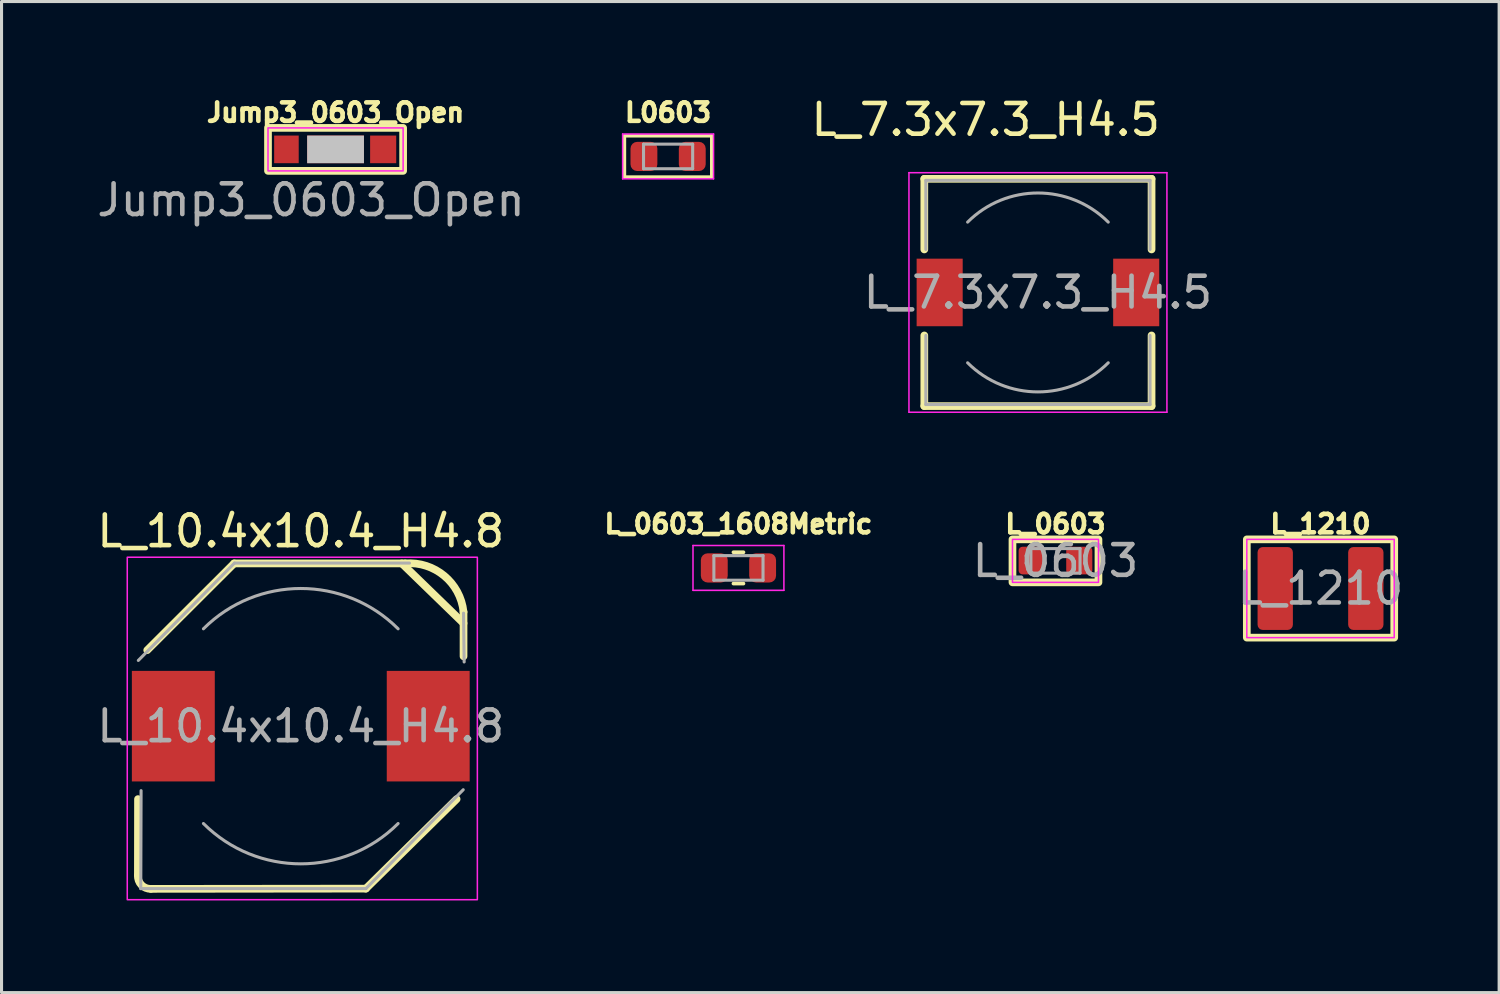
<source format=kicad_pcb>
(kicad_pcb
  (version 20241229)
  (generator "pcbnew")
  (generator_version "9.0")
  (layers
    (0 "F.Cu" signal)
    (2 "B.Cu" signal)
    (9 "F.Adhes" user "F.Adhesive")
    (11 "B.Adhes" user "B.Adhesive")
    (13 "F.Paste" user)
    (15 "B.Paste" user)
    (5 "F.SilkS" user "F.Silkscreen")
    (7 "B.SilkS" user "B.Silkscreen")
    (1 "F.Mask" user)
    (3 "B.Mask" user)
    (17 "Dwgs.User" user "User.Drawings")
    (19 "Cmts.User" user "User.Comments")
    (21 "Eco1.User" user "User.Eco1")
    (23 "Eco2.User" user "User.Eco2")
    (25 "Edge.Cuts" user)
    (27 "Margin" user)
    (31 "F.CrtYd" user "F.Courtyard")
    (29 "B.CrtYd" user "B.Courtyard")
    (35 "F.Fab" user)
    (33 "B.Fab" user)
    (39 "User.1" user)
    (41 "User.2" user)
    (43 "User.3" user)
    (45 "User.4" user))
  (footprint "L_0603"
    (layer "F.Cu")
    (at 31.319 15.213)
    (property "Reference" "L_0603" (at 0 -1.2 0) (unlocked yes) (layer "F.SilkS") (effects (font (size 0.6 0.6) (thickness 0.15) (bold yes))))
    (attr smd)
    (fp_rect (start -1.4 -0.7) (end 1.4 0.7) (stroke (width 0.25) (type default)) (fill no) (layer "F.SilkS"))
    (fp_rect (start -1.4 -0.7) (end 1.4 0.7) (stroke (width 0.05) (type default)) (fill no) (layer "F.CrtYd"))
    (fp_line (start -0.8 -0.4) (end 0.8 -0.4) (stroke (width 0.1) (type solid)) (layer "F.Fab"))
    (fp_line (start -0.8 0.4) (end -0.8 -0.4) (stroke (width 0.1) (type solid)) (layer "F.Fab"))
    (fp_line (start 0.8 -0.4) (end 0.8 0.4) (stroke (width 0.1) (type solid)) (layer "F.Fab"))
    (fp_line (start 0.8 0.4) (end -0.8 0.4) (stroke (width 0.1) (type solid)) (layer "F.Fab"))
    (fp_text user "${REFERENCE}" (at 0 0 0) (unlocked yes) (layer "F.Fab") (effects (font (size 1 1) (thickness 0.15))))
    (pad "1" smd roundrect (at -0.775 -0.01) (size 0.85 0.9) (layers "F.Cu" "F.Mask" "F.Paste") (roundrect_rratio 0.15))
    (pad "2" smd roundrect (at 0.775 -0.01) (size 0.85 0.9) (layers "F.Cu" "F.Mask" "F.Paste") (roundrect_rratio 0.15)))
  (footprint "L0603"
    (layer "F.Cu")
    (at 18.705 2.044)
    (property "Reference" "L0603" (at 0 -1.43 180) (layer "F.SilkS") (effects (font (size 0.6 0.6) (thickness 0.15))))
    (attr smd)
    (fp_rect (start -1.425 -0.675) (end 1.425 0.675) (stroke (width 0.12) (type solid)) (fill no) (layer "F.SilkS"))
    (fp_line (start -1.48 -0.73) (end 1.48 -0.73) (stroke (width 0.05) (type solid)) (layer "F.CrtYd"))
    (fp_line (start -1.48 0.73) (end -1.48 -0.73) (stroke (width 0.05) (type solid)) (layer "F.CrtYd"))
    (fp_line (start 1.48 -0.73) (end 1.48 0.73) (stroke (width 0.05) (type solid)) (layer "F.CrtYd"))
    (fp_line (start 1.48 0.73) (end -1.48 0.73) (stroke (width 0.05) (type solid)) (layer "F.CrtYd"))
    (fp_line (start -0.8 -0.4) (end 0.8 -0.4) (stroke (width 0.1) (type solid)) (layer "F.Fab"))
    (fp_line (start -0.8 0.4) (end -0.8 -0.4) (stroke (width 0.1) (type solid)) (layer "F.Fab"))
    (fp_line (start 0.8 -0.4) (end 0.8 0.4) (stroke (width 0.1) (type solid)) (layer "F.Fab"))
    (fp_line (start 0.8 0.4) (end -0.8 0.4) (stroke (width 0.1) (type solid)) (layer "F.Fab"))
    (pad "1" smd roundrect (at -0.787 0) (size 0.875 0.95) (layers "F.Cu" "F.Mask" "F.Paste") (roundrect_rratio 0.25))
    (pad "2" smd roundrect (at 0.787 0) (size 0.875 0.95) (layers "F.Cu" "F.Mask" "F.Paste") (roundrect_rratio 0.25)))
  (footprint "L_7.3x7.3_H4.5"
    (layer "F.Cu")
    (at 30.748 6.473)
    (property "Reference" "L_7.3x7.3_H4.5" (at -1.7 -5.625 0) (layer "F.SilkS") (effects (font (size 1 1) (thickness 0.15))))
    (attr smd)
    (fp_line (start -3.7 -3.7) (end 3.7 -3.7) (stroke (width 0.25) (type solid)) (layer "F.SilkS"))
    (fp_line (start -3.7 -1.4) (end -3.7 -3.7) (stroke (width 0.25) (type solid)) (layer "F.SilkS"))
    (fp_line (start -3.7 3.7) (end -3.7 1.4) (stroke (width 0.25) (type solid)) (layer "F.SilkS"))
    (fp_line (start 3.7 -3.7) (end 3.7 -1.4) (stroke (width 0.25) (type solid)) (layer "F.SilkS"))
    (fp_line (start 3.7 1.4) (end 3.7 3.7) (stroke (width 0.25) (type solid)) (layer "F.SilkS"))
    (fp_line (start 3.7 3.7) (end -3.7 3.7) (stroke (width 0.25) (type solid)) (layer "F.SilkS"))
    (fp_line (start -4.2 -3.9) (end -4.2 3.9) (stroke (width 0.05) (type solid)) (layer "F.CrtYd"))
    (fp_line (start -4.2 3.9) (end 4.2 3.9) (stroke (width 0.05) (type solid)) (layer "F.CrtYd"))
    (fp_line (start 4.2 -3.9) (end -4.2 -3.9) (stroke (width 0.05) (type solid)) (layer "F.CrtYd"))
    (fp_line (start 4.2 3.9) (end 4.2 -3.9) (stroke (width 0.05) (type solid)) (layer "F.CrtYd"))
    (fp_line (start -3.65 -3.65) (end -3.65 -1.4) (stroke (width 0.1) (type solid)) (layer "F.Fab"))
    (fp_line (start -3.65 -3.65) (end 3.65 -3.65) (stroke (width 0.1) (type solid)) (layer "F.Fab"))
    (fp_line (start -3.65 3.65) (end -3.65 1.4) (stroke (width 0.1) (type solid)) (layer "F.Fab"))
    (fp_line (start 3.65 -3.65) (end 3.65 -1.4) (stroke (width 0.1) (type solid)) (layer "F.Fab"))
    (fp_line (start 3.65 3.65) (end -3.65 3.65) (stroke (width 0.1) (type solid)) (layer "F.Fab"))
    (fp_line (start 3.65 3.65) (end 3.65 1.4) (stroke (width 0.1) (type solid)) (layer "F.Fab"))
    (fp_arc (start -2.29 -2.29) (mid 0 -3.238549) (end 2.29 -2.29) (stroke (width 0.1) (type solid)) (layer "F.Fab"))
    (fp_arc (start 2.29 2.29) (mid 0 3.238549) (end -2.29 2.29) (stroke (width 0.1) (type solid)) (layer "F.Fab"))
    (fp_text user "${REFERENCE}" (at 0 0 0) (layer "F.Fab") (effects (font (size 1 1) (thickness 0.15))))
    (pad "1" smd rect (at -3.2 0) (size 1.5 2.2) (layers "F.Cu" "F.Mask" "F.Paste"))
    (pad "2" smd rect (at 3.2 0) (size 1.5 2.2) (layers "F.Cu" "F.Mask" "F.Paste")))
  (footprint "Jump3_0603_Open"
    (layer "F.Cu")
    (at 7.877 1.814)
    (property "Reference" "Jump3_0603_Open" (at 0 -1.2 0) (unlocked yes) (layer "F.SilkS") (effects (font (size 0.6 0.6) (thickness 0.15) (bold yes))))
    (attr smd)
    (fp_rect (start -2.2 -0.7) (end 2.2 0.7) (stroke (width 0.25) (type default)) (fill no) (layer "F.SilkS"))
    (fp_rect (start -2.2 -0.7) (end 2.2 0.7) (stroke (width 0.05) (type default)) (fill no) (layer "F.CrtYd"))
    (fp_text user "${REFERENCE}" (at -0.8 1.65 0) (unlocked yes) (layer "F.Fab") (effects (font (size 1 1) (thickness 0.15))))
    (pad "1" smd rect (at -1.6 0) (size 0.8 0.9) (layers "F.Cu" "F.Mask" "F.Paste"))
    (pad "2" smd rect (at 0 0) (size 1.85 0.9) (layers "F.Cu" "F.Mask" "F.Paste" "Dwgs.User"))
    (pad "3" smd rect (at 1.55 0) (size 0.85 0.9) (layers "F.Cu" "F.Mask" "F.Paste")))
  (footprint "L_0603_1608Metric"
    (layer "F.Cu")
    (at 20.996 15.443)
    (property "Reference" "L_0603_1608Metric" (at 0 -1.43 180) (layer "F.SilkS") (effects (font (size 0.6 0.6) (thickness 0.15))))
    (attr smd)
    (fp_line (start -0.163 -0.51) (end 0.163 -0.51) (stroke (width 0.12) (type solid)) (layer "F.SilkS"))
    (fp_line (start -0.163 0.51) (end 0.163 0.51) (stroke (width 0.12) (type solid)) (layer "F.SilkS"))
    (fp_line (start -1.48 -0.73) (end 1.48 -0.73) (stroke (width 0.05) (type solid)) (layer "F.CrtYd"))
    (fp_line (start -1.48 0.73) (end -1.48 -0.73) (stroke (width 0.05) (type solid)) (layer "F.CrtYd"))
    (fp_line (start 1.48 -0.73) (end 1.48 0.73) (stroke (width 0.05) (type solid)) (layer "F.CrtYd"))
    (fp_line (start 1.48 0.73) (end -1.48 0.73) (stroke (width 0.05) (type solid)) (layer "F.CrtYd"))
    (fp_line (start -0.8 -0.4) (end 0.8 -0.4) (stroke (width 0.1) (type solid)) (layer "F.Fab"))
    (fp_line (start -0.8 0.4) (end -0.8 -0.4) (stroke (width 0.1) (type solid)) (layer "F.Fab"))
    (fp_line (start 0.8 -0.4) (end 0.8 0.4) (stroke (width 0.1) (type solid)) (layer "F.Fab"))
    (fp_line (start 0.8 0.4) (end -0.8 0.4) (stroke (width 0.1) (type solid)) (layer "F.Fab"))
    (pad "1" smd roundrect (at -0.787 0) (size 0.875 0.95) (layers "F.Cu" "F.Mask" "F.Paste") (roundrect_rratio 0.25))
    (pad "2" smd roundrect (at 0.787 0) (size 0.875 0.95) (layers "F.Cu" "F.Mask" "F.Paste") (roundrect_rratio 0.25)))
  (footprint "L_1210"
    (layer "F.Cu")
    (at 39.95 16.113)
    (property "Reference" "L_1210" (at 0 -2.1 0) (unlocked yes) (layer "F.SilkS") (effects (font (size 0.6 0.6) (thickness 0.15) (bold yes))))
    (attr smd)
    (fp_rect (start -2.4 -1.6) (end 2.4 1.6) (stroke (width 0.25) (type default)) (fill no) (layer "F.SilkS"))
    (fp_rect (start -2.4 -1.6) (end 2.4 1.6) (stroke (width 0.05) (type default)) (fill no) (layer "F.CrtYd"))
    (fp_text user "${REFERENCE}" (at 0 0 0) (unlocked yes) (layer "F.Fab") (effects (font (size 1 1) (thickness 0.15))))
    (pad "1" smd roundrect (at -1.475 0) (size 1.15 2.7) (layers "F.Cu" "F.Mask" "F.Paste") (roundrect_rratio 0.15))
    (pad "2" smd roundrect (at 1.475 0) (size 1.15 2.7) (layers "F.Cu" "F.Mask" "F.Paste") (roundrect_rratio 0.15)))
  (footprint "L_10.4x10.4_H4.8"
    (layer "F.Cu")
    (at 6.744 20.596)
    (property "Reference" "L_10.4x10.4_H4.8" (at 0 -6.35 0) (layer "F.SilkS") (effects (font (size 1 1) (thickness 0.15))))
    (attr smd)
    (fp_line (start -5.304 4.858) (end -5.3 2.375) (stroke (width 0.25) (type solid)) (layer "F.SilkS"))
    (fp_line (start -5 -2.475) (end -2.17 -5.3) (stroke (width 0.25) (type solid)) (layer "F.SilkS"))
    (fp_line (start -2.17 -5.3) (end 3.4 -5.3) (stroke (width 0.25) (type solid)) (layer "F.SilkS"))
    (fp_line (start 2.12 5.29) (end -4.884 5.298) (stroke (width 0.25) (type solid)) (layer "F.SilkS"))
    (fp_line (start 5.075 2.375) (end 2.12 5.29) (stroke (width 0.25) (type solid)) (layer "F.SilkS"))
    (fp_line (start 5.3 -3.72) (end 5.3 -2.275) (stroke (width 0.25) (type solid)) (layer "F.SilkS"))
    (fp_line (start 5.3 -3.35) (end 3.29 -5.3) (stroke (width 0.25) (type solid)) (layer "F.SilkS"))
    (fp_arc (start -4.883987 5.298352) (mid -5.189989 5.16999) (end -5.303987 4.858352) (stroke (width 0.25) (type solid)) (layer "F.SilkS"))
    (fp_arc (start 3.4 -5.3) (mid 4.671187 -4.896238) (end 5.3 -3.72) (stroke (width 0.25) (type solid)) (layer "F.SilkS"))
    (fp_rect (start -5.65 -5.5) (end 5.75 5.65) (stroke (width 0.05) (type solid)) (fill no) (layer "F.CrtYd"))
    (fp_line (start -5.21 5.29) (end -5.2 2.1) (stroke (width 0.1) (type solid)) (layer "F.Fab"))
    (fp_line (start -5.21 5.29) (end 2.12 5.29) (stroke (width 0.1) (type solid)) (layer "F.Fab"))
    (fp_line (start -2.16 -5.31) (end -5.29 -2.14) (stroke (width 0.1) (type solid)) (layer "F.Fab"))
    (fp_line (start -2.16 -5.31) (end 3.54 -5.31) (stroke (width 0.1) (type solid)) (layer "F.Fab"))
    (fp_line (start 2.12 5.29) (end 5.29 2.07) (stroke (width 0.1) (type solid)) (layer "F.Fab"))
    (fp_line (start 5.3 -3.68) (end 5.32 -2.09) (stroke (width 0.1) (type solid)) (layer "F.Fab"))
    (fp_arc (start -3.17 -3.17) (mid 0 -4.483057) (end 3.17 -3.17) (stroke (width 0.1) (type solid)) (layer "F.Fab"))
    (fp_arc (start 3.17 3.17) (mid 0 4.483057) (end -3.17 3.17) (stroke (width 0.1) (type solid)) (layer "F.Fab"))
    (fp_text user "${REFERENCE}" (at 0 0 0) (layer "F.Fab") (effects (font (size 1 1) (thickness 0.15))))
    (pad "1" smd rect (at -4.15 0) (size 2.7 3.6) (layers "F.Cu" "F.Mask" "F.Paste"))
    (pad "2" smd rect (at 4.15 0) (size 2.7 3.6) (layers "F.Cu" "F.Mask" "F.Paste")))
  (gr_rect
    (start -3 -3)
    (end 45.766 29.271)
    (stroke (width 0.1) (type default))
    (fill no)
    (layer "Edge.Cuts")))
</source>
